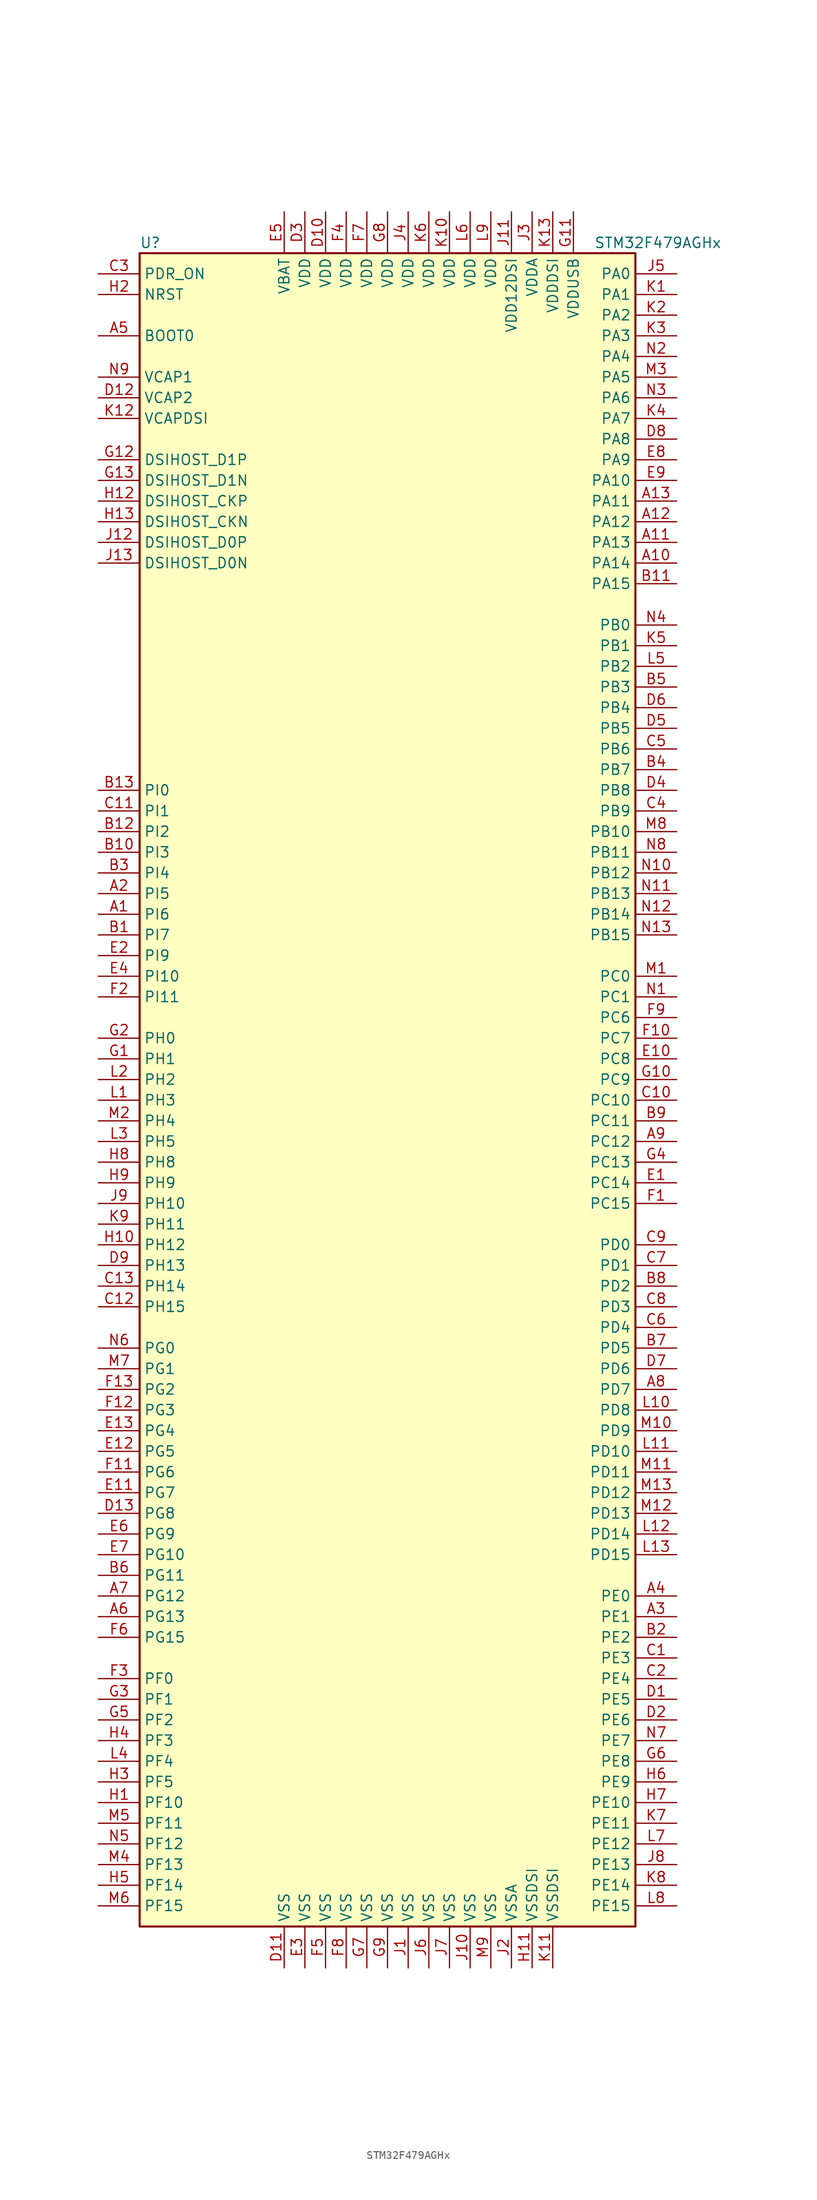
<source format=kicad_sym>
(kicad_symbol_lib
  (version 20211014)
  (generator kicad_symbol_editor)
  (symbol "STM32F479AGHx"
    (property "Reference" "U"
      (at -30.48 102.87 0)
      (effects (font (size 1.27 1.27)) (justify left)))
    (property "Value" "STM32F479AGHx"
      (at 25.4 102.87 0)
      (effects (font (size 1.27 1.27)) (justify left)))
    (symbol "STM32F479AGHx_0_1"
      (rectangle (start -30.48 -104.14) (end 30.48 101.6) (stroke (width 0.254) (type default) (color 0 0 0 0)) (fill (type background))))
    (symbol "STM32F479AGHx_1_1"
      (pin bidirectional line (at -35.56 20.32 0) (length 5.08) (name "PI6" (effects (font (size 1.27 1.27)))) (number "A1" (effects (font (size 1.27 1.27)))))
      (pin bidirectional line (at 35.56 63.5 180) (length 5.08) (name "PA14" (effects (font (size 1.27 1.27)))) (number "A10" (effects (font (size 1.27 1.27)))))
      (pin bidirectional line (at 35.56 66.04 180) (length 5.08) (name "PA13" (effects (font (size 1.27 1.27)))) (number "A11" (effects (font (size 1.27 1.27)))))
      (pin bidirectional line (at 35.56 68.58 180) (length 5.08) (name "PA12" (effects (font (size 1.27 1.27)))) (number "A12" (effects (font (size 1.27 1.27)))))
      (pin bidirectional line (at 35.56 71.12 180) (length 5.08) (name "PA11" (effects (font (size 1.27 1.27)))) (number "A13" (effects (font (size 1.27 1.27)))))
      (pin bidirectional line (at -35.56 22.86 0) (length 5.08) (name "PI5" (effects (font (size 1.27 1.27)))) (number "A2" (effects (font (size 1.27 1.27)))))
      (pin bidirectional line (at 35.56 -66.04 180) (length 5.08) (name "PE1" (effects (font (size 1.27 1.27)))) (number "A3" (effects (font (size 1.27 1.27)))))
      (pin bidirectional line (at 35.56 -63.5 180) (length 5.08) (name "PE0" (effects (font (size 1.27 1.27)))) (number "A4" (effects (font (size 1.27 1.27)))))
      (pin input line (at -35.56 91.44 0) (length 5.08) (name "BOOT0" (effects (font (size 1.27 1.27)))) (number "A5" (effects (font (size 1.27 1.27)))))
      (pin bidirectional line (at -35.56 -66.04 0) (length 5.08) (name "PG13" (effects (font (size 1.27 1.27)))) (number "A6" (effects (font (size 1.27 1.27)))))
      (pin bidirectional line (at -35.56 -63.5 0) (length 5.08) (name "PG12" (effects (font (size 1.27 1.27)))) (number "A7" (effects (font (size 1.27 1.27)))))
      (pin bidirectional line (at 35.56 -38.1 180) (length 5.08) (name "PD7" (effects (font (size 1.27 1.27)))) (number "A8" (effects (font (size 1.27 1.27)))))
      (pin bidirectional line (at 35.56 -7.62 180) (length 5.08) (name "PC12" (effects (font (size 1.27 1.27)))) (number "A9" (effects (font (size 1.27 1.27)))))
      (pin bidirectional line (at -35.56 17.78 0) (length 5.08) (name "PI7" (effects (font (size 1.27 1.27)))) (number "B1" (effects (font (size 1.27 1.27)))))
      (pin bidirectional line (at -35.56 27.94 0) (length 5.08) (name "PI3" (effects (font (size 1.27 1.27)))) (number "B10" (effects (font (size 1.27 1.27)))))
      (pin bidirectional line (at 35.56 60.96 180) (length 5.08) (name "PA15" (effects (font (size 1.27 1.27)))) (number "B11" (effects (font (size 1.27 1.27)))))
      (pin bidirectional line (at -35.56 30.48 0) (length 5.08) (name "PI2" (effects (font (size 1.27 1.27)))) (number "B12" (effects (font (size 1.27 1.27)))))
      (pin bidirectional line (at -35.56 35.56 0) (length 5.08) (name "PI0" (effects (font (size 1.27 1.27)))) (number "B13" (effects (font (size 1.27 1.27)))))
      (pin bidirectional line (at 35.56 -68.58 180) (length 5.08) (name "PE2" (effects (font (size 1.27 1.27)))) (number "B2" (effects (font (size 1.27 1.27)))))
      (pin bidirectional line (at -35.56 25.4 0) (length 5.08) (name "PI4" (effects (font (size 1.27 1.27)))) (number "B3" (effects (font (size 1.27 1.27)))))
      (pin bidirectional line (at 35.56 38.1 180) (length 5.08) (name "PB7" (effects (font (size 1.27 1.27)))) (number "B4" (effects (font (size 1.27 1.27)))))
      (pin bidirectional line (at 35.56 48.26 180) (length 5.08) (name "PB3" (effects (font (size 1.27 1.27)))) (number "B5" (effects (font (size 1.27 1.27)))))
      (pin bidirectional line (at -35.56 -60.96 0) (length 5.08) (name "PG11" (effects (font (size 1.27 1.27)))) (number "B6" (effects (font (size 1.27 1.27)))))
      (pin bidirectional line (at 35.56 -33.02 180) (length 5.08) (name "PD5" (effects (font (size 1.27 1.27)))) (number "B7" (effects (font (size 1.27 1.27)))))
      (pin bidirectional line (at 35.56 -25.4 180) (length 5.08) (name "PD2" (effects (font (size 1.27 1.27)))) (number "B8" (effects (font (size 1.27 1.27)))))
      (pin bidirectional line (at 35.56 -5.08 180) (length 5.08) (name "PC11" (effects (font (size 1.27 1.27)))) (number "B9" (effects (font (size 1.27 1.27)))))
      (pin bidirectional line (at 35.56 -71.12 180) (length 5.08) (name "PE3" (effects (font (size 1.27 1.27)))) (number "C1" (effects (font (size 1.27 1.27)))))
      (pin bidirectional line (at 35.56 -2.54 180) (length 5.08) (name "PC10" (effects (font (size 1.27 1.27)))) (number "C10" (effects (font (size 1.27 1.27)))))
      (pin bidirectional line (at -35.56 33.02 0) (length 5.08) (name "PI1" (effects (font (size 1.27 1.27)))) (number "C11" (effects (font (size 1.27 1.27)))))
      (pin bidirectional line (at -35.56 -27.94 0) (length 5.08) (name "PH15" (effects (font (size 1.27 1.27)))) (number "C12" (effects (font (size 1.27 1.27)))))
      (pin bidirectional line (at -35.56 -25.4 0) (length 5.08) (name "PH14" (effects (font (size 1.27 1.27)))) (number "C13" (effects (font (size 1.27 1.27)))))
      (pin bidirectional line (at 35.56 -73.66 180) (length 5.08) (name "PE4" (effects (font (size 1.27 1.27)))) (number "C2" (effects (font (size 1.27 1.27)))))
      (pin input line (at -35.56 99.06 0) (length 5.08) (name "PDR_ON" (effects (font (size 1.27 1.27)))) (number "C3" (effects (font (size 1.27 1.27)))))
      (pin bidirectional line (at 35.56 33.02 180) (length 5.08) (name "PB9" (effects (font (size 1.27 1.27)))) (number "C4" (effects (font (size 1.27 1.27)))))
      (pin bidirectional line (at 35.56 40.64 180) (length 5.08) (name "PB6" (effects (font (size 1.27 1.27)))) (number "C5" (effects (font (size 1.27 1.27)))))
      (pin bidirectional line (at 35.56 -30.48 180) (length 5.08) (name "PD4" (effects (font (size 1.27 1.27)))) (number "C6" (effects (font (size 1.27 1.27)))))
      (pin bidirectional line (at 35.56 -22.86 180) (length 5.08) (name "PD1" (effects (font (size 1.27 1.27)))) (number "C7" (effects (font (size 1.27 1.27)))))
      (pin bidirectional line (at 35.56 -27.94 180) (length 5.08) (name "PD3" (effects (font (size 1.27 1.27)))) (number "C8" (effects (font (size 1.27 1.27)))))
      (pin bidirectional line (at 35.56 -20.32 180) (length 5.08) (name "PD0" (effects (font (size 1.27 1.27)))) (number "C9" (effects (font (size 1.27 1.27)))))
      (pin bidirectional line (at 35.56 -76.2 180) (length 5.08) (name "PE5" (effects (font (size 1.27 1.27)))) (number "D1" (effects (font (size 1.27 1.27)))))
      (pin power_in line (at -7.62 106.68 270) (length 5.08) (name "VDD" (effects (font (size 1.27 1.27)))) (number "D10" (effects (font (size 1.27 1.27)))))
      (pin power_in line (at -12.7 -109.22 90) (length 5.08) (name "VSS" (effects (font (size 1.27 1.27)))) (number "D11" (effects (font (size 1.27 1.27)))))
      (pin power_in line (at -35.56 83.82 0) (length 5.08) (name "VCAP2" (effects (font (size 1.27 1.27)))) (number "D12" (effects (font (size 1.27 1.27)))))
      (pin bidirectional line (at -35.56 -53.34 0) (length 5.08) (name "PG8" (effects (font (size 1.27 1.27)))) (number "D13" (effects (font (size 1.27 1.27)))))
      (pin bidirectional line (at 35.56 -78.74 180) (length 5.08) (name "PE6" (effects (font (size 1.27 1.27)))) (number "D2" (effects (font (size 1.27 1.27)))))
      (pin power_in line (at -10.16 106.68 270) (length 5.08) (name "VDD" (effects (font (size 1.27 1.27)))) (number "D3" (effects (font (size 1.27 1.27)))))
      (pin bidirectional line (at 35.56 35.56 180) (length 5.08) (name "PB8" (effects (font (size 1.27 1.27)))) (number "D4" (effects (font (size 1.27 1.27)))))
      (pin bidirectional line (at 35.56 43.18 180) (length 5.08) (name "PB5" (effects (font (size 1.27 1.27)))) (number "D5" (effects (font (size 1.27 1.27)))))
      (pin bidirectional line (at 35.56 45.72 180) (length 5.08) (name "PB4" (effects (font (size 1.27 1.27)))) (number "D6" (effects (font (size 1.27 1.27)))))
      (pin bidirectional line (at 35.56 -35.56 180) (length 5.08) (name "PD6" (effects (font (size 1.27 1.27)))) (number "D7" (effects (font (size 1.27 1.27)))))
      (pin bidirectional line (at 35.56 78.74 180) (length 5.08) (name "PA8" (effects (font (size 1.27 1.27)))) (number "D8" (effects (font (size 1.27 1.27)))))
      (pin bidirectional line (at -35.56 -22.86 0) (length 5.08) (name "PH13" (effects (font (size 1.27 1.27)))) (number "D9" (effects (font (size 1.27 1.27)))))
      (pin bidirectional line (at 35.56 -12.7 180) (length 5.08) (name "PC14" (effects (font (size 1.27 1.27)))) (number "E1" (effects (font (size 1.27 1.27)))))
      (pin bidirectional line (at 35.56 2.54 180) (length 5.08) (name "PC8" (effects (font (size 1.27 1.27)))) (number "E10" (effects (font (size 1.27 1.27)))))
      (pin bidirectional line (at -35.56 -50.8 0) (length 5.08) (name "PG7" (effects (font (size 1.27 1.27)))) (number "E11" (effects (font (size 1.27 1.27)))))
      (pin bidirectional line (at -35.56 -45.72 0) (length 5.08) (name "PG5" (effects (font (size 1.27 1.27)))) (number "E12" (effects (font (size 1.27 1.27)))))
      (pin bidirectional line (at -35.56 -43.18 0) (length 5.08) (name "PG4" (effects (font (size 1.27 1.27)))) (number "E13" (effects (font (size 1.27 1.27)))))
      (pin bidirectional line (at -35.56 15.24 0) (length 5.08) (name "PI9" (effects (font (size 1.27 1.27)))) (number "E2" (effects (font (size 1.27 1.27)))))
      (pin power_in line (at -10.16 -109.22 90) (length 5.08) (name "VSS" (effects (font (size 1.27 1.27)))) (number "E3" (effects (font (size 1.27 1.27)))))
      (pin bidirectional line (at -35.56 12.7 0) (length 5.08) (name "PI10" (effects (font (size 1.27 1.27)))) (number "E4" (effects (font (size 1.27 1.27)))))
      (pin power_in line (at -12.7 106.68 270) (length 5.08) (name "VBAT" (effects (font (size 1.27 1.27)))) (number "E5" (effects (font (size 1.27 1.27)))))
      (pin bidirectional line (at -35.56 -55.88 0) (length 5.08) (name "PG9" (effects (font (size 1.27 1.27)))) (number "E6" (effects (font (size 1.27 1.27)))))
      (pin bidirectional line (at -35.56 -58.42 0) (length 5.08) (name "PG10" (effects (font (size 1.27 1.27)))) (number "E7" (effects (font (size 1.27 1.27)))))
      (pin bidirectional line (at 35.56 76.2 180) (length 5.08) (name "PA9" (effects (font (size 1.27 1.27)))) (number "E8" (effects (font (size 1.27 1.27)))))
      (pin bidirectional line (at 35.56 73.66 180) (length 5.08) (name "PA10" (effects (font (size 1.27 1.27)))) (number "E9" (effects (font (size 1.27 1.27)))))
      (pin bidirectional line (at 35.56 -15.24 180) (length 5.08) (name "PC15" (effects (font (size 1.27 1.27)))) (number "F1" (effects (font (size 1.27 1.27)))))
      (pin bidirectional line (at 35.56 5.08 180) (length 5.08) (name "PC7" (effects (font (size 1.27 1.27)))) (number "F10" (effects (font (size 1.27 1.27)))))
      (pin bidirectional line (at -35.56 -48.26 0) (length 5.08) (name "PG6" (effects (font (size 1.27 1.27)))) (number "F11" (effects (font (size 1.27 1.27)))))
      (pin bidirectional line (at -35.56 -40.64 0) (length 5.08) (name "PG3" (effects (font (size 1.27 1.27)))) (number "F12" (effects (font (size 1.27 1.27)))))
      (pin bidirectional line (at -35.56 -38.1 0) (length 5.08) (name "PG2" (effects (font (size 1.27 1.27)))) (number "F13" (effects (font (size 1.27 1.27)))))
      (pin bidirectional line (at -35.56 10.16 0) (length 5.08) (name "PI11" (effects (font (size 1.27 1.27)))) (number "F2" (effects (font (size 1.27 1.27)))))
      (pin bidirectional line (at -35.56 -73.66 0) (length 5.08) (name "PF0" (effects (font (size 1.27 1.27)))) (number "F3" (effects (font (size 1.27 1.27)))))
      (pin power_in line (at -5.08 106.68 270) (length 5.08) (name "VDD" (effects (font (size 1.27 1.27)))) (number "F4" (effects (font (size 1.27 1.27)))))
      (pin power_in line (at -7.62 -109.22 90) (length 5.08) (name "VSS" (effects (font (size 1.27 1.27)))) (number "F5" (effects (font (size 1.27 1.27)))))
      (pin bidirectional line (at -35.56 -68.58 0) (length 5.08) (name "PG15" (effects (font (size 1.27 1.27)))) (number "F6" (effects (font (size 1.27 1.27)))))
      (pin power_in line (at -2.54 106.68 270) (length 5.08) (name "VDD" (effects (font (size 1.27 1.27)))) (number "F7" (effects (font (size 1.27 1.27)))))
      (pin power_in line (at -5.08 -109.22 90) (length 5.08) (name "VSS" (effects (font (size 1.27 1.27)))) (number "F8" (effects (font (size 1.27 1.27)))))
      (pin bidirectional line (at 35.56 7.62 180) (length 5.08) (name "PC6" (effects (font (size 1.27 1.27)))) (number "F9" (effects (font (size 1.27 1.27)))))
      (pin input line (at -35.56 2.54 0) (length 5.08) (name "PH1" (effects (font (size 1.27 1.27)))) (number "G1" (effects (font (size 1.27 1.27)))))
      (pin bidirectional line (at 35.56 0 180) (length 5.08) (name "PC9" (effects (font (size 1.27 1.27)))) (number "G10" (effects (font (size 1.27 1.27)))))
      (pin power_in line (at 22.86 106.68 270) (length 5.08) (name "VDDUSB" (effects (font (size 1.27 1.27)))) (number "G11" (effects (font (size 1.27 1.27)))))
      (pin bidirectional line (at -35.56 76.2 0) (length 5.08) (name "DSIHOST_D1P" (effects (font (size 1.27 1.27)))) (number "G12" (effects (font (size 1.27 1.27)))))
      (pin bidirectional line (at -35.56 73.66 0) (length 5.08) (name "DSIHOST_D1N" (effects (font (size 1.27 1.27)))) (number "G13" (effects (font (size 1.27 1.27)))))
      (pin input line (at -35.56 5.08 0) (length 5.08) (name "PH0" (effects (font (size 1.27 1.27)))) (number "G2" (effects (font (size 1.27 1.27)))))
      (pin bidirectional line (at -35.56 -76.2 0) (length 5.08) (name "PF1" (effects (font (size 1.27 1.27)))) (number "G3" (effects (font (size 1.27 1.27)))))
      (pin bidirectional line (at 35.56 -10.16 180) (length 5.08) (name "PC13" (effects (font (size 1.27 1.27)))) (number "G4" (effects (font (size 1.27 1.27)))))
      (pin bidirectional line (at -35.56 -78.74 0) (length 5.08) (name "PF2" (effects (font (size 1.27 1.27)))) (number "G5" (effects (font (size 1.27 1.27)))))
      (pin bidirectional line (at 35.56 -83.82 180) (length 5.08) (name "PE8" (effects (font (size 1.27 1.27)))) (number "G6" (effects (font (size 1.27 1.27)))))
      (pin power_in line (at -2.54 -109.22 90) (length 5.08) (name "VSS" (effects (font (size 1.27 1.27)))) (number "G7" (effects (font (size 1.27 1.27)))))
      (pin power_in line (at 0 106.68 270) (length 5.08) (name "VDD" (effects (font (size 1.27 1.27)))) (number "G8" (effects (font (size 1.27 1.27)))))
      (pin power_in line (at 0 -109.22 90) (length 5.08) (name "VSS" (effects (font (size 1.27 1.27)))) (number "G9" (effects (font (size 1.27 1.27)))))
      (pin bidirectional line (at -35.56 -88.9 0) (length 5.08) (name "PF10" (effects (font (size 1.27 1.27)))) (number "H1" (effects (font (size 1.27 1.27)))))
      (pin bidirectional line (at -35.56 -20.32 0) (length 5.08) (name "PH12" (effects (font (size 1.27 1.27)))) (number "H10" (effects (font (size 1.27 1.27)))))
      (pin power_in line (at 17.78 -109.22 90) (length 5.08) (name "VSSDSI" (effects (font (size 1.27 1.27)))) (number "H11" (effects (font (size 1.27 1.27)))))
      (pin bidirectional line (at -35.56 71.12 0) (length 5.08) (name "DSIHOST_CKP" (effects (font (size 1.27 1.27)))) (number "H12" (effects (font (size 1.27 1.27)))))
      (pin bidirectional line (at -35.56 68.58 0) (length 5.08) (name "DSIHOST_CKN" (effects (font (size 1.27 1.27)))) (number "H13" (effects (font (size 1.27 1.27)))))
      (pin input line (at -35.56 96.52 0) (length 5.08) (name "NRST" (effects (font (size 1.27 1.27)))) (number "H2" (effects (font (size 1.27 1.27)))))
      (pin bidirectional line (at -35.56 -86.36 0) (length 5.08) (name "PF5" (effects (font (size 1.27 1.27)))) (number "H3" (effects (font (size 1.27 1.27)))))
      (pin bidirectional line (at -35.56 -81.28 0) (length 5.08) (name "PF3" (effects (font (size 1.27 1.27)))) (number "H4" (effects (font (size 1.27 1.27)))))
      (pin bidirectional line (at -35.56 -99.06 0) (length 5.08) (name "PF14" (effects (font (size 1.27 1.27)))) (number "H5" (effects (font (size 1.27 1.27)))))
      (pin bidirectional line (at 35.56 -86.36 180) (length 5.08) (name "PE9" (effects (font (size 1.27 1.27)))) (number "H6" (effects (font (size 1.27 1.27)))))
      (pin bidirectional line (at 35.56 -88.9 180) (length 5.08) (name "PE10" (effects (font (size 1.27 1.27)))) (number "H7" (effects (font (size 1.27 1.27)))))
      (pin bidirectional line (at -35.56 -10.16 0) (length 5.08) (name "PH8" (effects (font (size 1.27 1.27)))) (number "H8" (effects (font (size 1.27 1.27)))))
      (pin bidirectional line (at -35.56 -12.7 0) (length 5.08) (name "PH9" (effects (font (size 1.27 1.27)))) (number "H9" (effects (font (size 1.27 1.27)))))
      (pin power_in line (at 2.54 -109.22 90) (length 5.08) (name "VSS" (effects (font (size 1.27 1.27)))) (number "J1" (effects (font (size 1.27 1.27)))))
      (pin power_in line (at 10.16 -109.22 90) (length 5.08) (name "VSS" (effects (font (size 1.27 1.27)))) (number "J10" (effects (font (size 1.27 1.27)))))
      (pin power_in line (at 15.24 106.68 270) (length 5.08) (name "VDD12DSI" (effects (font (size 1.27 1.27)))) (number "J11" (effects (font (size 1.27 1.27)))))
      (pin bidirectional line (at -35.56 66.04 0) (length 5.08) (name "DSIHOST_D0P" (effects (font (size 1.27 1.27)))) (number "J12" (effects (font (size 1.27 1.27)))))
      (pin bidirectional line (at -35.56 63.5 0) (length 5.08) (name "DSIHOST_D0N" (effects (font (size 1.27 1.27)))) (number "J13" (effects (font (size 1.27 1.27)))))
      (pin power_in line (at 15.24 -109.22 90) (length 5.08) (name "VSSA" (effects (font (size 1.27 1.27)))) (number "J2" (effects (font (size 1.27 1.27)))))
      (pin power_in line (at 17.78 106.68 270) (length 5.08) (name "VDDA" (effects (font (size 1.27 1.27)))) (number "J3" (effects (font (size 1.27 1.27)))))
      (pin power_in line (at 2.54 106.68 270) (length 5.08) (name "VDD" (effects (font (size 1.27 1.27)))) (number "J4" (effects (font (size 1.27 1.27)))))
      (pin bidirectional line (at 35.56 99.06 180) (length 5.08) (name "PA0" (effects (font (size 1.27 1.27)))) (number "J5" (effects (font (size 1.27 1.27)))))
      (pin power_in line (at 5.08 -109.22 90) (length 5.08) (name "VSS" (effects (font (size 1.27 1.27)))) (number "J6" (effects (font (size 1.27 1.27)))))
      (pin power_in line (at 7.62 -109.22 90) (length 5.08) (name "VSS" (effects (font (size 1.27 1.27)))) (number "J7" (effects (font (size 1.27 1.27)))))
      (pin bidirectional line (at 35.56 -96.52 180) (length 5.08) (name "PE13" (effects (font (size 1.27 1.27)))) (number "J8" (effects (font (size 1.27 1.27)))))
      (pin bidirectional line (at -35.56 -15.24 0) (length 5.08) (name "PH10" (effects (font (size 1.27 1.27)))) (number "J9" (effects (font (size 1.27 1.27)))))
      (pin bidirectional line (at 35.56 96.52 180) (length 5.08) (name "PA1" (effects (font (size 1.27 1.27)))) (number "K1" (effects (font (size 1.27 1.27)))))
      (pin power_in line (at 7.62 106.68 270) (length 5.08) (name "VDD" (effects (font (size 1.27 1.27)))) (number "K10" (effects (font (size 1.27 1.27)))))
      (pin power_in line (at 20.32 -109.22 90) (length 5.08) (name "VSSDSI" (effects (font (size 1.27 1.27)))) (number "K11" (effects (font (size 1.27 1.27)))))
      (pin power_in line (at -35.56 81.28 0) (length 5.08) (name "VCAPDSI" (effects (font (size 1.27 1.27)))) (number "K12" (effects (font (size 1.27 1.27)))))
      (pin power_in line (at 20.32 106.68 270) (length 5.08) (name "VDDDSI" (effects (font (size 1.27 1.27)))) (number "K13" (effects (font (size 1.27 1.27)))))
      (pin bidirectional line (at 35.56 93.98 180) (length 5.08) (name "PA2" (effects (font (size 1.27 1.27)))) (number "K2" (effects (font (size 1.27 1.27)))))
      (pin bidirectional line (at 35.56 91.44 180) (length 5.08) (name "PA3" (effects (font (size 1.27 1.27)))) (number "K3" (effects (font (size 1.27 1.27)))))
      (pin bidirectional line (at 35.56 81.28 180) (length 5.08) (name "PA7" (effects (font (size 1.27 1.27)))) (number "K4" (effects (font (size 1.27 1.27)))))
      (pin bidirectional line (at 35.56 53.34 180) (length 5.08) (name "PB1" (effects (font (size 1.27 1.27)))) (number "K5" (effects (font (size 1.27 1.27)))))
      (pin power_in line (at 5.08 106.68 270) (length 5.08) (name "VDD" (effects (font (size 1.27 1.27)))) (number "K6" (effects (font (size 1.27 1.27)))))
      (pin bidirectional line (at 35.56 -91.44 180) (length 5.08) (name "PE11" (effects (font (size 1.27 1.27)))) (number "K7" (effects (font (size 1.27 1.27)))))
      (pin bidirectional line (at 35.56 -99.06 180) (length 5.08) (name "PE14" (effects (font (size 1.27 1.27)))) (number "K8" (effects (font (size 1.27 1.27)))))
      (pin bidirectional line (at -35.56 -17.78 0) (length 5.08) (name "PH11" (effects (font (size 1.27 1.27)))) (number "K9" (effects (font (size 1.27 1.27)))))
      (pin bidirectional line (at -35.56 -2.54 0) (length 5.08) (name "PH3" (effects (font (size 1.27 1.27)))) (number "L1" (effects (font (size 1.27 1.27)))))
      (pin bidirectional line (at 35.56 -40.64 180) (length 5.08) (name "PD8" (effects (font (size 1.27 1.27)))) (number "L10" (effects (font (size 1.27 1.27)))))
      (pin bidirectional line (at 35.56 -45.72 180) (length 5.08) (name "PD10" (effects (font (size 1.27 1.27)))) (number "L11" (effects (font (size 1.27 1.27)))))
      (pin bidirectional line (at 35.56 -55.88 180) (length 5.08) (name "PD14" (effects (font (size 1.27 1.27)))) (number "L12" (effects (font (size 1.27 1.27)))))
      (pin bidirectional line (at 35.56 -58.42 180) (length 5.08) (name "PD15" (effects (font (size 1.27 1.27)))) (number "L13" (effects (font (size 1.27 1.27)))))
      (pin bidirectional line (at -35.56 0 0) (length 5.08) (name "PH2" (effects (font (size 1.27 1.27)))) (number "L2" (effects (font (size 1.27 1.27)))))
      (pin bidirectional line (at -35.56 -7.62 0) (length 5.08) (name "PH5" (effects (font (size 1.27 1.27)))) (number "L3" (effects (font (size 1.27 1.27)))))
      (pin bidirectional line (at -35.56 -83.82 0) (length 5.08) (name "PF4" (effects (font (size 1.27 1.27)))) (number "L4" (effects (font (size 1.27 1.27)))))
      (pin bidirectional line (at 35.56 50.8 180) (length 5.08) (name "PB2" (effects (font (size 1.27 1.27)))) (number "L5" (effects (font (size 1.27 1.27)))))
      (pin power_in line (at 10.16 106.68 270) (length 5.08) (name "VDD" (effects (font (size 1.27 1.27)))) (number "L6" (effects (font (size 1.27 1.27)))))
      (pin bidirectional line (at 35.56 -93.98 180) (length 5.08) (name "PE12" (effects (font (size 1.27 1.27)))) (number "L7" (effects (font (size 1.27 1.27)))))
      (pin bidirectional line (at 35.56 -101.6 180) (length 5.08) (name "PE15" (effects (font (size 1.27 1.27)))) (number "L8" (effects (font (size 1.27 1.27)))))
      (pin power_in line (at 12.7 106.68 270) (length 5.08) (name "VDD" (effects (font (size 1.27 1.27)))) (number "L9" (effects (font (size 1.27 1.27)))))
      (pin bidirectional line (at 35.56 12.7 180) (length 5.08) (name "PC0" (effects (font (size 1.27 1.27)))) (number "M1" (effects (font (size 1.27 1.27)))))
      (pin bidirectional line (at 35.56 -43.18 180) (length 5.08) (name "PD9" (effects (font (size 1.27 1.27)))) (number "M10" (effects (font (size 1.27 1.27)))))
      (pin bidirectional line (at 35.56 -48.26 180) (length 5.08) (name "PD11" (effects (font (size 1.27 1.27)))) (number "M11" (effects (font (size 1.27 1.27)))))
      (pin bidirectional line (at 35.56 -53.34 180) (length 5.08) (name "PD13" (effects (font (size 1.27 1.27)))) (number "M12" (effects (font (size 1.27 1.27)))))
      (pin bidirectional line (at 35.56 -50.8 180) (length 5.08) (name "PD12" (effects (font (size 1.27 1.27)))) (number "M13" (effects (font (size 1.27 1.27)))))
      (pin bidirectional line (at -35.56 -5.08 0) (length 5.08) (name "PH4" (effects (font (size 1.27 1.27)))) (number "M2" (effects (font (size 1.27 1.27)))))
      (pin bidirectional line (at 35.56 86.36 180) (length 5.08) (name "PA5" (effects (font (size 1.27 1.27)))) (number "M3" (effects (font (size 1.27 1.27)))))
      (pin bidirectional line (at -35.56 -96.52 0) (length 5.08) (name "PF13" (effects (font (size 1.27 1.27)))) (number "M4" (effects (font (size 1.27 1.27)))))
      (pin bidirectional line (at -35.56 -91.44 0) (length 5.08) (name "PF11" (effects (font (size 1.27 1.27)))) (number "M5" (effects (font (size 1.27 1.27)))))
      (pin bidirectional line (at -35.56 -101.6 0) (length 5.08) (name "PF15" (effects (font (size 1.27 1.27)))) (number "M6" (effects (font (size 1.27 1.27)))))
      (pin bidirectional line (at -35.56 -35.56 0) (length 5.08) (name "PG1" (effects (font (size 1.27 1.27)))) (number "M7" (effects (font (size 1.27 1.27)))))
      (pin bidirectional line (at 35.56 30.48 180) (length 5.08) (name "PB10" (effects (font (size 1.27 1.27)))) (number "M8" (effects (font (size 1.27 1.27)))))
      (pin power_in line (at 12.7 -109.22 90) (length 5.08) (name "VSS" (effects (font (size 1.27 1.27)))) (number "M9" (effects (font (size 1.27 1.27)))))
      (pin bidirectional line (at 35.56 10.16 180) (length 5.08) (name "PC1" (effects (font (size 1.27 1.27)))) (number "N1" (effects (font (size 1.27 1.27)))))
      (pin bidirectional line (at 35.56 25.4 180) (length 5.08) (name "PB12" (effects (font (size 1.27 1.27)))) (number "N10" (effects (font (size 1.27 1.27)))))
      (pin bidirectional line (at 35.56 22.86 180) (length 5.08) (name "PB13" (effects (font (size 1.27 1.27)))) (number "N11" (effects (font (size 1.27 1.27)))))
      (pin bidirectional line (at 35.56 20.32 180) (length 5.08) (name "PB14" (effects (font (size 1.27 1.27)))) (number "N12" (effects (font (size 1.27 1.27)))))
      (pin bidirectional line (at 35.56 17.78 180) (length 5.08) (name "PB15" (effects (font (size 1.27 1.27)))) (number "N13" (effects (font (size 1.27 1.27)))))
      (pin bidirectional line (at 35.56 88.9 180) (length 5.08) (name "PA4" (effects (font (size 1.27 1.27)))) (number "N2" (effects (font (size 1.27 1.27)))))
      (pin bidirectional line (at 35.56 83.82 180) (length 5.08) (name "PA6" (effects (font (size 1.27 1.27)))) (number "N3" (effects (font (size 1.27 1.27)))))
      (pin bidirectional line (at 35.56 55.88 180) (length 5.08) (name "PB0" (effects (font (size 1.27 1.27)))) (number "N4" (effects (font (size 1.27 1.27)))))
      (pin bidirectional line (at -35.56 -93.98 0) (length 5.08) (name "PF12" (effects (font (size 1.27 1.27)))) (number "N5" (effects (font (size 1.27 1.27)))))
      (pin bidirectional line (at -35.56 -33.02 0) (length 5.08) (name "PG0" (effects (font (size 1.27 1.27)))) (number "N6" (effects (font (size 1.27 1.27)))))
      (pin bidirectional line (at 35.56 -81.28 180) (length 5.08) (name "PE7" (effects (font (size 1.27 1.27)))) (number "N7" (effects (font (size 1.27 1.27)))))
      (pin bidirectional line (at 35.56 27.94 180) (length 5.08) (name "PB11" (effects (font (size 1.27 1.27)))) (number "N8" (effects (font (size 1.27 1.27)))))
      (pin power_in line (at -35.56 86.36 0) (length 5.08) (name "VCAP1" (effects (font (size 1.27 1.27)))) (number "N9" (effects (font (size 1.27 1.27))))))))
</source>
